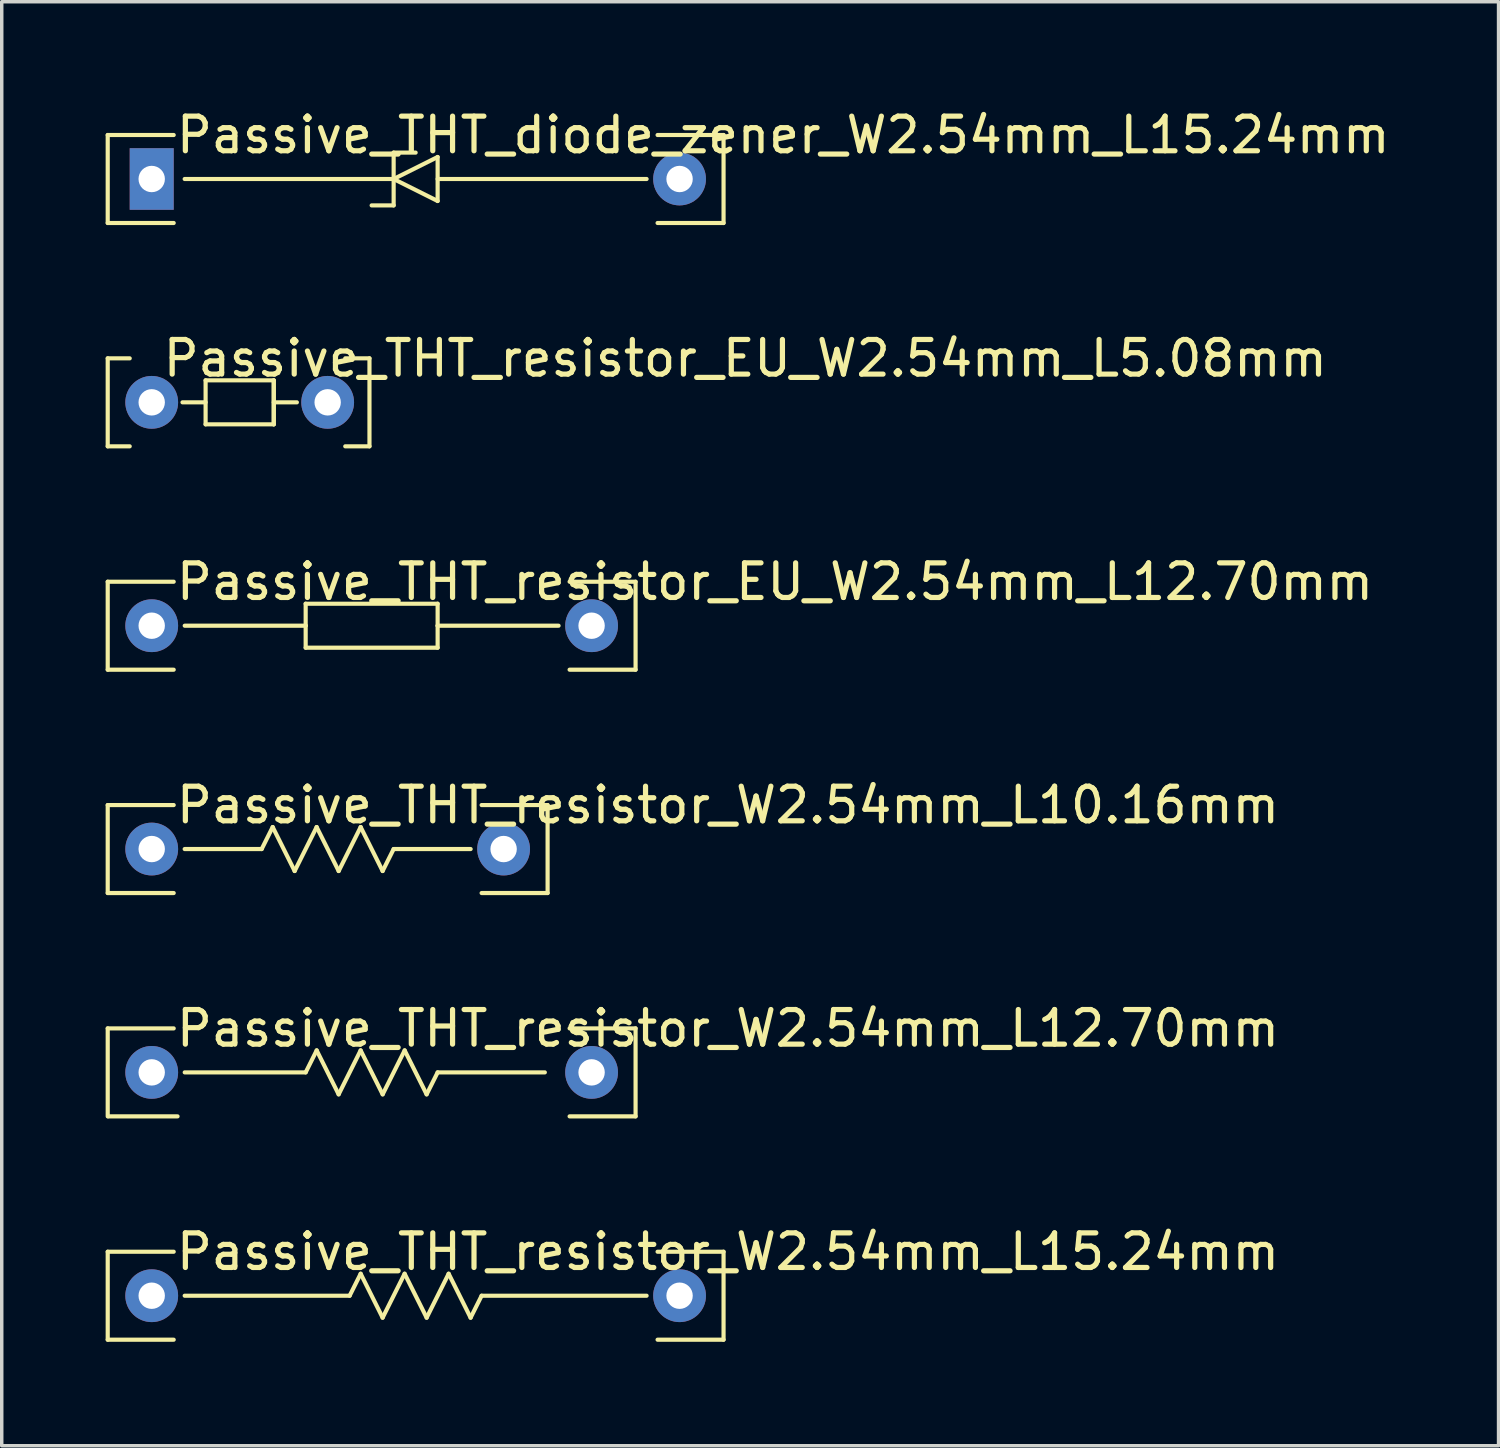
<source format=kicad_pcb>
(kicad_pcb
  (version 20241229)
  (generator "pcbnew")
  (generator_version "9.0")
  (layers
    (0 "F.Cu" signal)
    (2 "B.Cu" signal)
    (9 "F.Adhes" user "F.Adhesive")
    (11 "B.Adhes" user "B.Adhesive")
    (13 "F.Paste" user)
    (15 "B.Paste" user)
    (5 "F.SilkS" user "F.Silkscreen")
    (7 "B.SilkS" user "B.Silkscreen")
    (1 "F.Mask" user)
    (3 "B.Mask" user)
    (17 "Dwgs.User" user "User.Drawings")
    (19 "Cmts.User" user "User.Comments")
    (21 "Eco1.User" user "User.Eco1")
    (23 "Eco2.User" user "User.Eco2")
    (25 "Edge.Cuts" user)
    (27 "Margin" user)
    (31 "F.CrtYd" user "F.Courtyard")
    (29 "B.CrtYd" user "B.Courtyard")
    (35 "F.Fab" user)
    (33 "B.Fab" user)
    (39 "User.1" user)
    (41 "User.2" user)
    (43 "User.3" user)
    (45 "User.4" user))
  (footprint "Passive_THT_resistor_EU_W2.54mm_L5.08mm"
    (layer "F.Cu")
    (at 3.87 8.566)
    (property "Reference" "Passive_THT_resistor_EU_W2.54mm_L5.08mm" (at -2.286 -1.27 0) (layer "F.SilkS") (effects (font (size 1 1) (thickness 0.15)) (justify left)))
    (attr through_hole)
    (fp_line (start -3.81 -1.27) (end -3.175 -1.27) (stroke (width 0.12) (type solid)) (layer "F.SilkS"))
    (fp_line (start -3.81 1.27) (end -3.81 -1.27) (stroke (width 0.12) (type solid)) (layer "F.SilkS"))
    (fp_line (start -3.175 1.27) (end -3.81 1.27) (stroke (width 0.12) (type solid)) (layer "F.SilkS"))
    (fp_line (start -1.651 0) (end -0.984 0) (stroke (width 0.12) (type solid)) (layer "F.SilkS"))
    (fp_line (start -0.984 -0.635) (end -0.984 0.635) (stroke (width 0.12) (type solid)) (layer "F.SilkS"))
    (fp_line (start -0.984 -0.635) (end 0.984 -0.635) (stroke (width 0.12) (type solid)) (layer "F.SilkS"))
    (fp_line (start 0.984 -0.635) (end 0.984 0.635) (stroke (width 0.12) (type solid)) (layer "F.SilkS"))
    (fp_line (start 0.984 -0.635) (end 0.984 0.635) (stroke (width 0.12) (type solid)) (layer "F.SilkS"))
    (fp_line (start 0.984 0) (end 1.651 0) (stroke (width 0.12) (type solid)) (layer "F.SilkS"))
    (fp_line (start 0.984 0.635) (end -0.984 0.635) (stroke (width 0.12) (type solid)) (layer "F.SilkS"))
    (fp_line (start 3.048 -1.27) (end 3.747 -1.27) (stroke (width 0.12) (type solid)) (layer "F.SilkS"))
    (fp_line (start 3.747 -1.27) (end 3.747 1.27) (stroke (width 0.12) (type solid)) (layer "F.SilkS"))
    (fp_line (start 3.747 1.27) (end 3.048 1.27) (stroke (width 0.12) (type solid)) (layer "F.SilkS"))
    (pad "1" thru_hole circle (at -2.54 0) (size 1.524 1.524) (drill 0.762) (layers "*.Cu" "*.Mask"))
    (pad "2" thru_hole circle (at 2.54 0) (size 1.524 1.524) (drill 0.762) (layers "*.Cu" "*.Mask")))
  (footprint "Passive_THT_resistor_W2.54mm_L12.70mm"
    (layer "F.Cu")
    (at 7.68 27.911)
    (property "Reference" "Passive_THT_resistor_W2.54mm_L12.70mm" (at -5.715 -1.27 0) (layer "F.SilkS") (effects (font (size 1 1) (thickness 0.15)) (justify left)))
    (attr through_hole)
    (fp_line (start -7.62 -1.27) (end -5.715 -1.27) (stroke (width 0.12) (type solid)) (layer "F.SilkS"))
    (fp_line (start -7.62 1.27) (end -7.62 -1.27) (stroke (width 0.12) (type solid)) (layer "F.SilkS"))
    (fp_line (start -5.604 1.27) (end -7.604 1.27) (stroke (width 0.12) (type solid)) (layer "F.SilkS"))
    (fp_line (start -5.397 0) (end -1.905 0) (stroke (width 0.12) (type solid)) (layer "F.SilkS"))
    (fp_line (start -1.905 0) (end -1.587 -0.635) (stroke (width 0.12) (type solid)) (layer "F.SilkS"))
    (fp_line (start -1.587 -0.635) (end -0.953 0.635) (stroke (width 0.12) (type solid)) (layer "F.SilkS"))
    (fp_line (start -0.953 0.635) (end -0.318 -0.635) (stroke (width 0.12) (type solid)) (layer "F.SilkS"))
    (fp_line (start -0.318 -0.635) (end 0.318 0.635) (stroke (width 0.12) (type solid)) (layer "F.SilkS"))
    (fp_line (start 0.318 0.635) (end 0.953 -0.635) (stroke (width 0.12) (type solid)) (layer "F.SilkS"))
    (fp_line (start 0.953 -0.635) (end 1.587 0.635) (stroke (width 0.12) (type solid)) (layer "F.SilkS"))
    (fp_line (start 1.587 0.635) (end 1.905 0) (stroke (width 0.12) (type solid)) (layer "F.SilkS"))
    (fp_line (start 1.905 0) (end 5 0) (stroke (width 0.12) (type solid)) (layer "F.SilkS"))
    (fp_line (start 5.715 -1.27) (end 7.62 -1.27) (stroke (width 0.12) (type solid)) (layer "F.SilkS"))
    (fp_line (start 7.62 -1.27) (end 7.62 1.27) (stroke (width 0.12) (type solid)) (layer "F.SilkS"))
    (fp_line (start 7.62 1.27) (end 5.715 1.27) (stroke (width 0.12) (type solid)) (layer "F.SilkS"))
    (pad "1" thru_hole circle (at -6.35 0) (size 1.524 1.524) (drill 0.762) (layers "*.Cu" "*.Mask"))
    (pad "2" thru_hole circle (at 6.35 0) (size 1.524 1.524) (drill 0.762) (layers "*.Cu" "*.Mask")))
  (footprint "Passive_THT_resistor_W2.54mm_L10.16mm"
    (layer "F.Cu")
    (at 6.41 21.463)
    (property "Reference" "Passive_THT_resistor_W2.54mm_L10.16mm" (at -4.445 -1.27 0) (layer "F.SilkS") (effects (font (size 1 1) (thickness 0.15)) (justify left)))
    (attr through_hole)
    (fp_line (start -6.35 -1.27) (end -4.445 -1.27) (stroke (width 0.12) (type solid)) (layer "F.SilkS"))
    (fp_line (start -6.35 1.27) (end -6.35 -1.27) (stroke (width 0.12) (type solid)) (layer "F.SilkS"))
    (fp_line (start -4.445 1.27) (end -6.35 1.27) (stroke (width 0.12) (type solid)) (layer "F.SilkS"))
    (fp_line (start -4.128 0) (end -1.905 0) (stroke (width 0.12) (type solid)) (layer "F.SilkS"))
    (fp_line (start -1.905 0) (end -1.587 -0.635) (stroke (width 0.12) (type solid)) (layer "F.SilkS"))
    (fp_line (start -1.587 -0.635) (end -0.953 0.635) (stroke (width 0.12) (type solid)) (layer "F.SilkS"))
    (fp_line (start -0.953 0.635) (end -0.318 -0.635) (stroke (width 0.12) (type solid)) (layer "F.SilkS"))
    (fp_line (start -0.318 -0.635) (end 0.318 0.635) (stroke (width 0.12) (type solid)) (layer "F.SilkS"))
    (fp_line (start 0.318 0.635) (end 0.953 -0.635) (stroke (width 0.12) (type solid)) (layer "F.SilkS"))
    (fp_line (start 0.953 -0.635) (end 1.587 0.635) (stroke (width 0.12) (type solid)) (layer "F.SilkS"))
    (fp_line (start 1.587 0.635) (end 1.905 0) (stroke (width 0.12) (type solid)) (layer "F.SilkS"))
    (fp_line (start 1.905 0) (end 4.128 0) (stroke (width 0.12) (type solid)) (layer "F.SilkS"))
    (fp_line (start 4.445 -1.27) (end 6.35 -1.27) (stroke (width 0.12) (type solid)) (layer "F.SilkS"))
    (fp_line (start 6.35 -1.27) (end 6.35 1.27) (stroke (width 0.12) (type solid)) (layer "F.SilkS"))
    (fp_line (start 6.35 1.27) (end 4.445 1.27) (stroke (width 0.12) (type solid)) (layer "F.SilkS"))
    (pad "1" thru_hole circle (at -5.08 0) (size 1.524 1.524) (drill 0.762) (layers "*.Cu" "*.Mask"))
    (pad "2" thru_hole circle (at 5.08 0) (size 1.524 1.524) (drill 0.762) (layers "*.Cu" "*.Mask")))
  (footprint "Passive_THT_resistor_W2.54mm_L15.24mm"
    (layer "F.Cu")
    (at 8.95 34.359)
    (property "Reference" "Passive_THT_resistor_W2.54mm_L15.24mm" (at -6.985 -1.27 0) (layer "F.SilkS") (effects (font (size 1 1) (thickness 0.15)) (justify left)))
    (attr through_hole)
    (fp_line (start -8.89 -1.27) (end -6.985 -1.27) (stroke (width 0.12) (type solid)) (layer "F.SilkS"))
    (fp_line (start -8.89 1.27) (end -8.89 -1.27) (stroke (width 0.12) (type solid)) (layer "F.SilkS"))
    (fp_line (start -6.985 1.27) (end -8.89 1.27) (stroke (width 0.12) (type solid)) (layer "F.SilkS"))
    (fp_line (start -1.905 0) (end -6.668 0) (stroke (width 0.12) (type solid)) (layer "F.SilkS"))
    (fp_line (start -1.905 0) (end -1.587 -0.635) (stroke (width 0.12) (type solid)) (layer "F.SilkS"))
    (fp_line (start -1.587 -0.635) (end -0.953 0.635) (stroke (width 0.12) (type solid)) (layer "F.SilkS"))
    (fp_line (start -0.953 0.635) (end -0.318 -0.635) (stroke (width 0.12) (type solid)) (layer "F.SilkS"))
    (fp_line (start -0.318 -0.635) (end 0.318 0.635) (stroke (width 0.12) (type solid)) (layer "F.SilkS"))
    (fp_line (start 0.318 0.635) (end 0.953 -0.635) (stroke (width 0.12) (type solid)) (layer "F.SilkS"))
    (fp_line (start 0.953 -0.635) (end 1.587 0.635) (stroke (width 0.12) (type solid)) (layer "F.SilkS"))
    (fp_line (start 1.587 0.635) (end 1.905 0) (stroke (width 0.12) (type solid)) (layer "F.SilkS"))
    (fp_line (start 1.905 0) (end 6.668 0) (stroke (width 0.12) (type solid)) (layer "F.SilkS"))
    (fp_line (start 6.985 -1.27) (end 8.89 -1.27) (stroke (width 0.12) (type solid)) (layer "F.SilkS"))
    (fp_line (start 8.89 -1.27) (end 8.89 1.27) (stroke (width 0.12) (type solid)) (layer "F.SilkS"))
    (fp_line (start 8.89 1.27) (end 6.985 1.27) (stroke (width 0.12) (type solid)) (layer "F.SilkS"))
    (pad "1" thru_hole circle (at -7.62 0) (size 1.524 1.524) (drill 0.762) (layers "*.Cu" "*.Mask"))
    (pad "2" thru_hole circle (at 7.62 0) (size 1.524 1.524) (drill 0.762) (layers "*.Cu" "*.Mask")))
  (footprint "Passive_THT_resistor_EU_W2.54mm_L12.70mm"
    (layer "F.Cu")
    (at 7.68 15.015)
    (property "Reference" "Passive_THT_resistor_EU_W2.54mm_L12.70mm" (at -5.715 -1.27 0) (layer "F.SilkS") (effects (font (size 1 1) (thickness 0.15)) (justify left)))
    (attr through_hole)
    (fp_line (start -7.62 -1.27) (end -5.715 -1.27) (stroke (width 0.12) (type solid)) (layer "F.SilkS"))
    (fp_line (start -7.62 1.27) (end -7.62 -1.27) (stroke (width 0.12) (type solid)) (layer "F.SilkS"))
    (fp_line (start -5.715 1.27) (end -7.62 1.27) (stroke (width 0.12) (type solid)) (layer "F.SilkS"))
    (fp_line (start -5.397 0) (end -1.905 0) (stroke (width 0.12) (type solid)) (layer "F.SilkS"))
    (fp_line (start -1.905 -0.635) (end 1.905 -0.635) (stroke (width 0.12) (type solid)) (layer "F.SilkS"))
    (fp_line (start -1.905 0) (end -1.905 -0.635) (stroke (width 0.12) (type solid)) (layer "F.SilkS"))
    (fp_line (start -1.905 0.635) (end -1.905 0) (stroke (width 0.12) (type solid)) (layer "F.SilkS"))
    (fp_line (start 1.905 -0.635) (end 1.905 0) (stroke (width 0.12) (type solid)) (layer "F.SilkS"))
    (fp_line (start 1.905 0) (end 1.905 0.635) (stroke (width 0.12) (type solid)) (layer "F.SilkS"))
    (fp_line (start 1.905 0) (end 5.397 0) (stroke (width 0.12) (type solid)) (layer "F.SilkS"))
    (fp_line (start 1.905 0.635) (end -1.905 0.635) (stroke (width 0.12) (type solid)) (layer "F.SilkS"))
    (fp_line (start 5.715 -1.27) (end 7.62 -1.27) (stroke (width 0.12) (type solid)) (layer "F.SilkS"))
    (fp_line (start 7.62 -1.27) (end 7.62 1.27) (stroke (width 0.12) (type solid)) (layer "F.SilkS"))
    (fp_line (start 7.62 1.27) (end 5.715 1.27) (stroke (width 0.12) (type solid)) (layer "F.SilkS"))
    (pad "1" thru_hole circle (at -6.35 0) (size 1.524 1.524) (drill 0.762) (layers "*.Cu" "*.Mask"))
    (pad "2" thru_hole circle (at 6.35 0) (size 1.524 1.524) (drill 0.762) (layers "*.Cu" "*.Mask")))
  (footprint "Passive_THT_diode_zener_W2.54mm_L15.24mm"
    (layer "F.Cu")
    (at 8.95 2.118)
    (property "Reference" "Passive_THT_diode_zener_W2.54mm_L15.24mm" (at -6.985 -1.27 0) (layer "F.SilkS") (effects (font (size 1 1) (thickness 0.15)) (justify left)))
    (attr through_hole)
    (fp_line (start -8.89 -1.27) (end -6.985 -1.27) (stroke (width 0.12) (type solid)) (layer "F.SilkS"))
    (fp_line (start -8.89 1.27) (end -8.89 -1.27) (stroke (width 0.12) (type solid)) (layer "F.SilkS"))
    (fp_line (start -6.985 1.27) (end -8.89 1.27) (stroke (width 0.12) (type solid)) (layer "F.SilkS"))
    (fp_line (start -0.635 -0.762) (end -0.635 0.762) (stroke (width 0.12) (type solid)) (layer "F.SilkS"))
    (fp_line (start -0.635 -0.762) (end 0 -0.762) (stroke (width 0.12) (type default)) (layer "F.SilkS"))
    (fp_line (start -0.635 0) (end -6.668 0) (stroke (width 0.12) (type solid)) (layer "F.SilkS"))
    (fp_line (start -0.635 0) (end 0.635 0.635) (stroke (width 0.12) (type solid)) (layer "F.SilkS"))
    (fp_line (start -0.635 0.762) (end -1.27 0.762) (stroke (width 0.12) (type default)) (layer "F.SilkS"))
    (fp_line (start 0.635 -0.635) (end -0.635 0) (stroke (width 0.12) (type solid)) (layer "F.SilkS"))
    (fp_line (start 0.635 0) (end 6.668 0) (stroke (width 0.12) (type solid)) (layer "F.SilkS"))
    (fp_line (start 0.635 0.635) (end 0.635 -0.635) (stroke (width 0.12) (type solid)) (layer "F.SilkS"))
    (fp_line (start 6.985 -1.27) (end 8.89 -1.27) (stroke (width 0.12) (type solid)) (layer "F.SilkS"))
    (fp_line (start 8.89 -1.27) (end 8.89 1.27) (stroke (width 0.12) (type solid)) (layer "F.SilkS"))
    (fp_line (start 8.89 1.27) (end 6.985 1.27) (stroke (width 0.12) (type solid)) (layer "F.SilkS"))
    (pad "1" thru_hole rect (at -7.62 0) (size 1.27 1.778) (drill 0.762) (layers "*.Cu" "*.Mask"))
    (pad "2" thru_hole circle (at 7.62 0) (size 1.524 1.524) (drill 0.762) (layers "*.Cu" "*.Mask")))
  (gr_rect
    (start -3 -3)
    (end 40.215 38.69)
    (stroke (width 0.1) (type default))
    (fill no)
    (layer "Edge.Cuts")))
</source>
